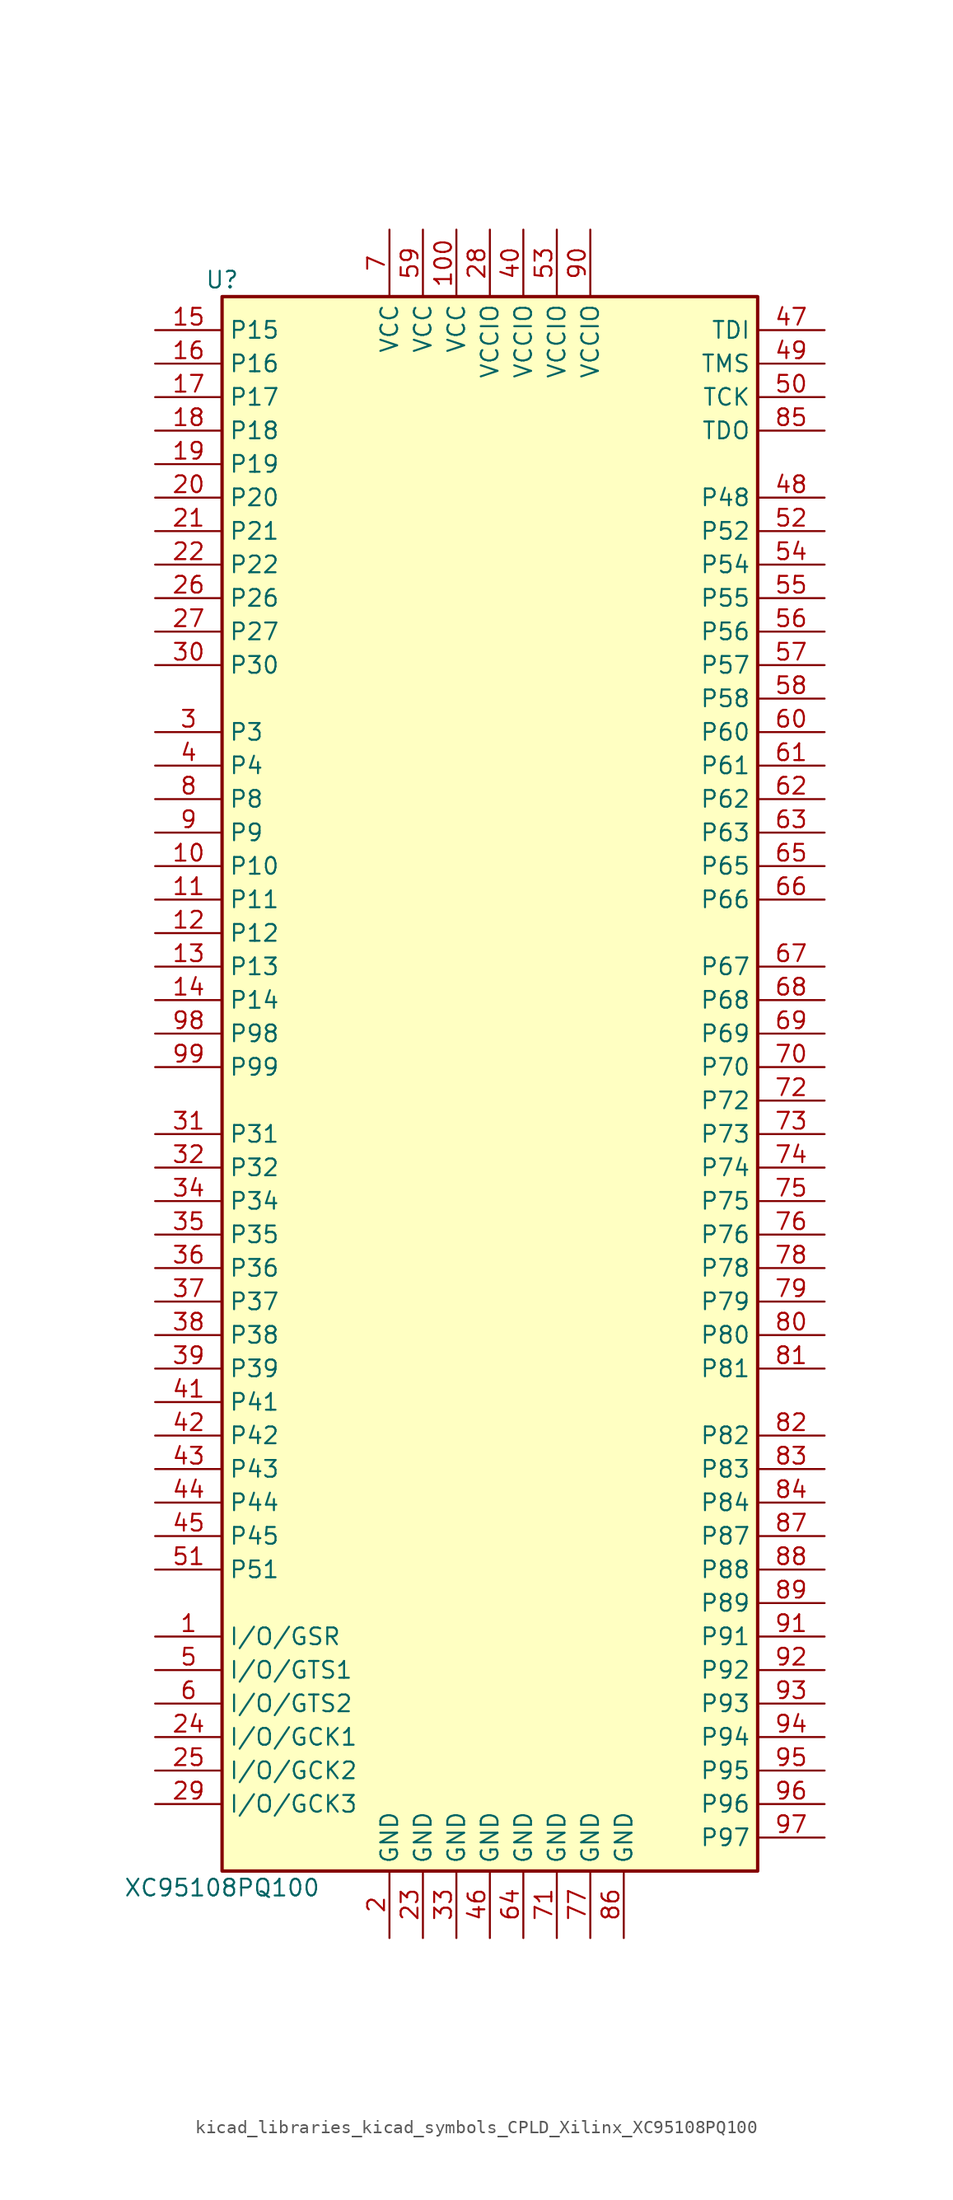
<source format=kicad_sym>
(kicad_symbol_lib
  (version 20220914)
  (generator kicad_symbol_editor)
  (symbol "kicad_libraries_kicad_symbols_CPLD_Xilinx_XC95108PQ100"
    (property "Reference" "U"
      (at -20.32 59.69 0)
      (effects (font (size 1.27 1.27))))
    (property "Value" "XC95108PQ100"
      (at -20.32 -62.23 0)
      (effects (font (size 1.27 1.27))))
    (symbol "kicad_libraries_kicad_symbols_CPLD_Xilinx_XC95108PQ100_1_1"
      (rectangle (start -20.32 58.42) (end 20.32 -60.96) (stroke (width 0.254) (type default)) (fill (type background)))
      (pin bidirectional line (at -25.4 -43.18 0) (length 5.08) (name "I/O/GSR" (effects (font (size 1.27 1.27)))) (number "1" (effects (font (size 1.27 1.27)))))
      (pin bidirectional line (at -25.4 15.24 0) (length 5.08) (name "P10" (effects (font (size 1.27 1.27)))) (number "10" (effects (font (size 1.27 1.27)))))
      (pin power_in line (at -2.54 63.5 270) (length 5.08) (name "VCC" (effects (font (size 1.27 1.27)))) (number "100" (effects (font (size 1.27 1.27)))))
      (pin bidirectional line (at -25.4 12.7 0) (length 5.08) (name "P11" (effects (font (size 1.27 1.27)))) (number "11" (effects (font (size 1.27 1.27)))))
      (pin bidirectional line (at -25.4 10.16 0) (length 5.08) (name "P12" (effects (font (size 1.27 1.27)))) (number "12" (effects (font (size 1.27 1.27)))))
      (pin bidirectional line (at -25.4 7.62 0) (length 5.08) (name "P13" (effects (font (size 1.27 1.27)))) (number "13" (effects (font (size 1.27 1.27)))))
      (pin bidirectional line (at -25.4 5.08 0) (length 5.08) (name "P14" (effects (font (size 1.27 1.27)))) (number "14" (effects (font (size 1.27 1.27)))))
      (pin bidirectional line (at -25.4 55.88 0) (length 5.08) (name "P15" (effects (font (size 1.27 1.27)))) (number "15" (effects (font (size 1.27 1.27)))))
      (pin bidirectional line (at -25.4 53.34 0) (length 5.08) (name "P16" (effects (font (size 1.27 1.27)))) (number "16" (effects (font (size 1.27 1.27)))))
      (pin bidirectional line (at -25.4 50.8 0) (length 5.08) (name "P17" (effects (font (size 1.27 1.27)))) (number "17" (effects (font (size 1.27 1.27)))))
      (pin bidirectional line (at -25.4 48.26 0) (length 5.08) (name "P18" (effects (font (size 1.27 1.27)))) (number "18" (effects (font (size 1.27 1.27)))))
      (pin bidirectional line (at -25.4 45.72 0) (length 5.08) (name "P19" (effects (font (size 1.27 1.27)))) (number "19" (effects (font (size 1.27 1.27)))))
      (pin power_in line (at -7.62 -66.04 90) (length 5.08) (name "GND" (effects (font (size 1.27 1.27)))) (number "2" (effects (font (size 1.27 1.27)))))
      (pin bidirectional line (at -25.4 43.18 0) (length 5.08) (name "P20" (effects (font (size 1.27 1.27)))) (number "20" (effects (font (size 1.27 1.27)))))
      (pin bidirectional line (at -25.4 40.64 0) (length 5.08) (name "P21" (effects (font (size 1.27 1.27)))) (number "21" (effects (font (size 1.27 1.27)))))
      (pin bidirectional line (at -25.4 38.1 0) (length 5.08) (name "P22" (effects (font (size 1.27 1.27)))) (number "22" (effects (font (size 1.27 1.27)))))
      (pin power_in line (at -5.08 -66.04 90) (length 5.08) (name "GND" (effects (font (size 1.27 1.27)))) (number "23" (effects (font (size 1.27 1.27)))))
      (pin bidirectional line (at -25.4 -50.8 0) (length 5.08) (name "I/O/GCK1" (effects (font (size 1.27 1.27)))) (number "24" (effects (font (size 1.27 1.27)))))
      (pin bidirectional line (at -25.4 -53.34 0) (length 5.08) (name "I/O/GCK2" (effects (font (size 1.27 1.27)))) (number "25" (effects (font (size 1.27 1.27)))))
      (pin bidirectional line (at -25.4 35.56 0) (length 5.08) (name "P26" (effects (font (size 1.27 1.27)))) (number "26" (effects (font (size 1.27 1.27)))))
      (pin bidirectional line (at -25.4 33.02 0) (length 5.08) (name "P27" (effects (font (size 1.27 1.27)))) (number "27" (effects (font (size 1.27 1.27)))))
      (pin power_in line (at 0 63.5 270) (length 5.08) (name "VCCIO" (effects (font (size 1.27 1.27)))) (number "28" (effects (font (size 1.27 1.27)))))
      (pin bidirectional line (at -25.4 -55.88 0) (length 5.08) (name "I/O/GCK3" (effects (font (size 1.27 1.27)))) (number "29" (effects (font (size 1.27 1.27)))))
      (pin bidirectional line (at -25.4 25.4 0) (length 5.08) (name "P3" (effects (font (size 1.27 1.27)))) (number "3" (effects (font (size 1.27 1.27)))))
      (pin bidirectional line (at -25.4 30.48 0) (length 5.08) (name "P30" (effects (font (size 1.27 1.27)))) (number "30" (effects (font (size 1.27 1.27)))))
      (pin bidirectional line (at -25.4 -5.08 0) (length 5.08) (name "P31" (effects (font (size 1.27 1.27)))) (number "31" (effects (font (size 1.27 1.27)))))
      (pin bidirectional line (at -25.4 -7.62 0) (length 5.08) (name "P32" (effects (font (size 1.27 1.27)))) (number "32" (effects (font (size 1.27 1.27)))))
      (pin power_in line (at -2.54 -66.04 90) (length 5.08) (name "GND" (effects (font (size 1.27 1.27)))) (number "33" (effects (font (size 1.27 1.27)))))
      (pin bidirectional line (at -25.4 -10.16 0) (length 5.08) (name "P34" (effects (font (size 1.27 1.27)))) (number "34" (effects (font (size 1.27 1.27)))))
      (pin bidirectional line (at -25.4 -12.7 0) (length 5.08) (name "P35" (effects (font (size 1.27 1.27)))) (number "35" (effects (font (size 1.27 1.27)))))
      (pin bidirectional line (at -25.4 -15.24 0) (length 5.08) (name "P36" (effects (font (size 1.27 1.27)))) (number "36" (effects (font (size 1.27 1.27)))))
      (pin bidirectional line (at -25.4 -17.78 0) (length 5.08) (name "P37" (effects (font (size 1.27 1.27)))) (number "37" (effects (font (size 1.27 1.27)))))
      (pin bidirectional line (at -25.4 -20.32 0) (length 5.08) (name "P38" (effects (font (size 1.27 1.27)))) (number "38" (effects (font (size 1.27 1.27)))))
      (pin bidirectional line (at -25.4 -22.86 0) (length 5.08) (name "P39" (effects (font (size 1.27 1.27)))) (number "39" (effects (font (size 1.27 1.27)))))
      (pin bidirectional line (at -25.4 22.86 0) (length 5.08) (name "P4" (effects (font (size 1.27 1.27)))) (number "4" (effects (font (size 1.27 1.27)))))
      (pin power_in line (at 2.54 63.5 270) (length 5.08) (name "VCCIO" (effects (font (size 1.27 1.27)))) (number "40" (effects (font (size 1.27 1.27)))))
      (pin bidirectional line (at -25.4 -25.4 0) (length 5.08) (name "P41" (effects (font (size 1.27 1.27)))) (number "41" (effects (font (size 1.27 1.27)))))
      (pin bidirectional line (at -25.4 -27.94 0) (length 5.08) (name "P42" (effects (font (size 1.27 1.27)))) (number "42" (effects (font (size 1.27 1.27)))))
      (pin bidirectional line (at -25.4 -30.48 0) (length 5.08) (name "P43" (effects (font (size 1.27 1.27)))) (number "43" (effects (font (size 1.27 1.27)))))
      (pin bidirectional line (at -25.4 -33.02 0) (length 5.08) (name "P44" (effects (font (size 1.27 1.27)))) (number "44" (effects (font (size 1.27 1.27)))))
      (pin bidirectional line (at -25.4 -35.56 0) (length 5.08) (name "P45" (effects (font (size 1.27 1.27)))) (number "45" (effects (font (size 1.27 1.27)))))
      (pin power_in line (at 0 -66.04 90) (length 5.08) (name "GND" (effects (font (size 1.27 1.27)))) (number "46" (effects (font (size 1.27 1.27)))))
      (pin input line (at 25.4 55.88 180) (length 5.08) (name "TDI" (effects (font (size 1.27 1.27)))) (number "47" (effects (font (size 1.27 1.27)))))
      (pin bidirectional line (at 25.4 43.18 180) (length 5.08) (name "P48" (effects (font (size 1.27 1.27)))) (number "48" (effects (font (size 1.27 1.27)))))
      (pin input line (at 25.4 53.34 180) (length 5.08) (name "TMS" (effects (font (size 1.27 1.27)))) (number "49" (effects (font (size 1.27 1.27)))))
      (pin bidirectional line (at -25.4 -45.72 0) (length 5.08) (name "I/O/GTS1" (effects (font (size 1.27 1.27)))) (number "5" (effects (font (size 1.27 1.27)))))
      (pin input line (at 25.4 50.8 180) (length 5.08) (name "TCK" (effects (font (size 1.27 1.27)))) (number "50" (effects (font (size 1.27 1.27)))))
      (pin bidirectional line (at -25.4 -38.1 0) (length 5.08) (name "P51" (effects (font (size 1.27 1.27)))) (number "51" (effects (font (size 1.27 1.27)))))
      (pin bidirectional line (at 25.4 40.64 180) (length 5.08) (name "P52" (effects (font (size 1.27 1.27)))) (number "52" (effects (font (size 1.27 1.27)))))
      (pin power_in line (at 5.08 63.5 270) (length 5.08) (name "VCCIO" (effects (font (size 1.27 1.27)))) (number "53" (effects (font (size 1.27 1.27)))))
      (pin bidirectional line (at 25.4 38.1 180) (length 5.08) (name "P54" (effects (font (size 1.27 1.27)))) (number "54" (effects (font (size 1.27 1.27)))))
      (pin bidirectional line (at 25.4 35.56 180) (length 5.08) (name "P55" (effects (font (size 1.27 1.27)))) (number "55" (effects (font (size 1.27 1.27)))))
      (pin bidirectional line (at 25.4 33.02 180) (length 5.08) (name "P56" (effects (font (size 1.27 1.27)))) (number "56" (effects (font (size 1.27 1.27)))))
      (pin bidirectional line (at 25.4 30.48 180) (length 5.08) (name "P57" (effects (font (size 1.27 1.27)))) (number "57" (effects (font (size 1.27 1.27)))))
      (pin bidirectional line (at 25.4 27.94 180) (length 5.08) (name "P58" (effects (font (size 1.27 1.27)))) (number "58" (effects (font (size 1.27 1.27)))))
      (pin power_in line (at -5.08 63.5 270) (length 5.08) (name "VCC" (effects (font (size 1.27 1.27)))) (number "59" (effects (font (size 1.27 1.27)))))
      (pin bidirectional line (at -25.4 -48.26 0) (length 5.08) (name "I/O/GTS2" (effects (font (size 1.27 1.27)))) (number "6" (effects (font (size 1.27 1.27)))))
      (pin bidirectional line (at 25.4 25.4 180) (length 5.08) (name "P60" (effects (font (size 1.27 1.27)))) (number "60" (effects (font (size 1.27 1.27)))))
      (pin bidirectional line (at 25.4 22.86 180) (length 5.08) (name "P61" (effects (font (size 1.27 1.27)))) (number "61" (effects (font (size 1.27 1.27)))))
      (pin bidirectional line (at 25.4 20.32 180) (length 5.08) (name "P62" (effects (font (size 1.27 1.27)))) (number "62" (effects (font (size 1.27 1.27)))))
      (pin bidirectional line (at 25.4 17.78 180) (length 5.08) (name "P63" (effects (font (size 1.27 1.27)))) (number "63" (effects (font (size 1.27 1.27)))))
      (pin power_in line (at 2.54 -66.04 90) (length 5.08) (name "GND" (effects (font (size 1.27 1.27)))) (number "64" (effects (font (size 1.27 1.27)))))
      (pin bidirectional line (at 25.4 15.24 180) (length 5.08) (name "P65" (effects (font (size 1.27 1.27)))) (number "65" (effects (font (size 1.27 1.27)))))
      (pin bidirectional line (at 25.4 12.7 180) (length 5.08) (name "P66" (effects (font (size 1.27 1.27)))) (number "66" (effects (font (size 1.27 1.27)))))
      (pin bidirectional line (at 25.4 7.62 180) (length 5.08) (name "P67" (effects (font (size 1.27 1.27)))) (number "67" (effects (font (size 1.27 1.27)))))
      (pin bidirectional line (at 25.4 5.08 180) (length 5.08) (name "P68" (effects (font (size 1.27 1.27)))) (number "68" (effects (font (size 1.27 1.27)))))
      (pin bidirectional line (at 25.4 2.54 180) (length 5.08) (name "P69" (effects (font (size 1.27 1.27)))) (number "69" (effects (font (size 1.27 1.27)))))
      (pin power_in line (at -7.62 63.5 270) (length 5.08) (name "VCC" (effects (font (size 1.27 1.27)))) (number "7" (effects (font (size 1.27 1.27)))))
      (pin bidirectional line (at 25.4 0 180) (length 5.08) (name "P70" (effects (font (size 1.27 1.27)))) (number "70" (effects (font (size 1.27 1.27)))))
      (pin power_in line (at 5.08 -66.04 90) (length 5.08) (name "GND" (effects (font (size 1.27 1.27)))) (number "71" (effects (font (size 1.27 1.27)))))
      (pin bidirectional line (at 25.4 -2.54 180) (length 5.08) (name "P72" (effects (font (size 1.27 1.27)))) (number "72" (effects (font (size 1.27 1.27)))))
      (pin bidirectional line (at 25.4 -5.08 180) (length 5.08) (name "P73" (effects (font (size 1.27 1.27)))) (number "73" (effects (font (size 1.27 1.27)))))
      (pin bidirectional line (at 25.4 -7.62 180) (length 5.08) (name "P74" (effects (font (size 1.27 1.27)))) (number "74" (effects (font (size 1.27 1.27)))))
      (pin bidirectional line (at 25.4 -10.16 180) (length 5.08) (name "P75" (effects (font (size 1.27 1.27)))) (number "75" (effects (font (size 1.27 1.27)))))
      (pin bidirectional line (at 25.4 -12.7 180) (length 5.08) (name "P76" (effects (font (size 1.27 1.27)))) (number "76" (effects (font (size 1.27 1.27)))))
      (pin power_in line (at 7.62 -66.04 90) (length 5.08) (name "GND" (effects (font (size 1.27 1.27)))) (number "77" (effects (font (size 1.27 1.27)))))
      (pin bidirectional line (at 25.4 -15.24 180) (length 5.08) (name "P78" (effects (font (size 1.27 1.27)))) (number "78" (effects (font (size 1.27 1.27)))))
      (pin bidirectional line (at 25.4 -17.78 180) (length 5.08) (name "P79" (effects (font (size 1.27 1.27)))) (number "79" (effects (font (size 1.27 1.27)))))
      (pin bidirectional line (at -25.4 20.32 0) (length 5.08) (name "P8" (effects (font (size 1.27 1.27)))) (number "8" (effects (font (size 1.27 1.27)))))
      (pin bidirectional line (at 25.4 -20.32 180) (length 5.08) (name "P80" (effects (font (size 1.27 1.27)))) (number "80" (effects (font (size 1.27 1.27)))))
      (pin bidirectional line (at 25.4 -22.86 180) (length 5.08) (name "P81" (effects (font (size 1.27 1.27)))) (number "81" (effects (font (size 1.27 1.27)))))
      (pin bidirectional line (at 25.4 -27.94 180) (length 5.08) (name "P82" (effects (font (size 1.27 1.27)))) (number "82" (effects (font (size 1.27 1.27)))))
      (pin bidirectional line (at 25.4 -30.48 180) (length 5.08) (name "P83" (effects (font (size 1.27 1.27)))) (number "83" (effects (font (size 1.27 1.27)))))
      (pin bidirectional line (at 25.4 -33.02 180) (length 5.08) (name "P84" (effects (font (size 1.27 1.27)))) (number "84" (effects (font (size 1.27 1.27)))))
      (pin output line (at 25.4 48.26 180) (length 5.08) (name "TDO" (effects (font (size 1.27 1.27)))) (number "85" (effects (font (size 1.27 1.27)))))
      (pin power_in line (at 10.16 -66.04 90) (length 5.08) (name "GND" (effects (font (size 1.27 1.27)))) (number "86" (effects (font (size 1.27 1.27)))))
      (pin bidirectional line (at 25.4 -35.56 180) (length 5.08) (name "P87" (effects (font (size 1.27 1.27)))) (number "87" (effects (font (size 1.27 1.27)))))
      (pin bidirectional line (at 25.4 -38.1 180) (length 5.08) (name "P88" (effects (font (size 1.27 1.27)))) (number "88" (effects (font (size 1.27 1.27)))))
      (pin bidirectional line (at 25.4 -40.64 180) (length 5.08) (name "P89" (effects (font (size 1.27 1.27)))) (number "89" (effects (font (size 1.27 1.27)))))
      (pin bidirectional line (at -25.4 17.78 0) (length 5.08) (name "P9" (effects (font (size 1.27 1.27)))) (number "9" (effects (font (size 1.27 1.27)))))
      (pin power_in line (at 7.62 63.5 270) (length 5.08) (name "VCCIO" (effects (font (size 1.27 1.27)))) (number "90" (effects (font (size 1.27 1.27)))))
      (pin bidirectional line (at 25.4 -43.18 180) (length 5.08) (name "P91" (effects (font (size 1.27 1.27)))) (number "91" (effects (font (size 1.27 1.27)))))
      (pin bidirectional line (at 25.4 -45.72 180) (length 5.08) (name "P92" (effects (font (size 1.27 1.27)))) (number "92" (effects (font (size 1.27 1.27)))))
      (pin bidirectional line (at 25.4 -48.26 180) (length 5.08) (name "P93" (effects (font (size 1.27 1.27)))) (number "93" (effects (font (size 1.27 1.27)))))
      (pin bidirectional line (at 25.4 -50.8 180) (length 5.08) (name "P94" (effects (font (size 1.27 1.27)))) (number "94" (effects (font (size 1.27 1.27)))))
      (pin bidirectional line (at 25.4 -53.34 180) (length 5.08) (name "P95" (effects (font (size 1.27 1.27)))) (number "95" (effects (font (size 1.27 1.27)))))
      (pin bidirectional line (at 25.4 -55.88 180) (length 5.08) (name "P96" (effects (font (size 1.27 1.27)))) (number "96" (effects (font (size 1.27 1.27)))))
      (pin bidirectional line (at 25.4 -58.42 180) (length 5.08) (name "P97" (effects (font (size 1.27 1.27)))) (number "97" (effects (font (size 1.27 1.27)))))
      (pin bidirectional line (at -25.4 2.54 0) (length 5.08) (name "P98" (effects (font (size 1.27 1.27)))) (number "98" (effects (font (size 1.27 1.27)))))
      (pin bidirectional line (at -25.4 0 0) (length 5.08) (name "P99" (effects (font (size 1.27 1.27)))) (number "99" (effects (font (size 1.27 1.27))))))))
</source>
